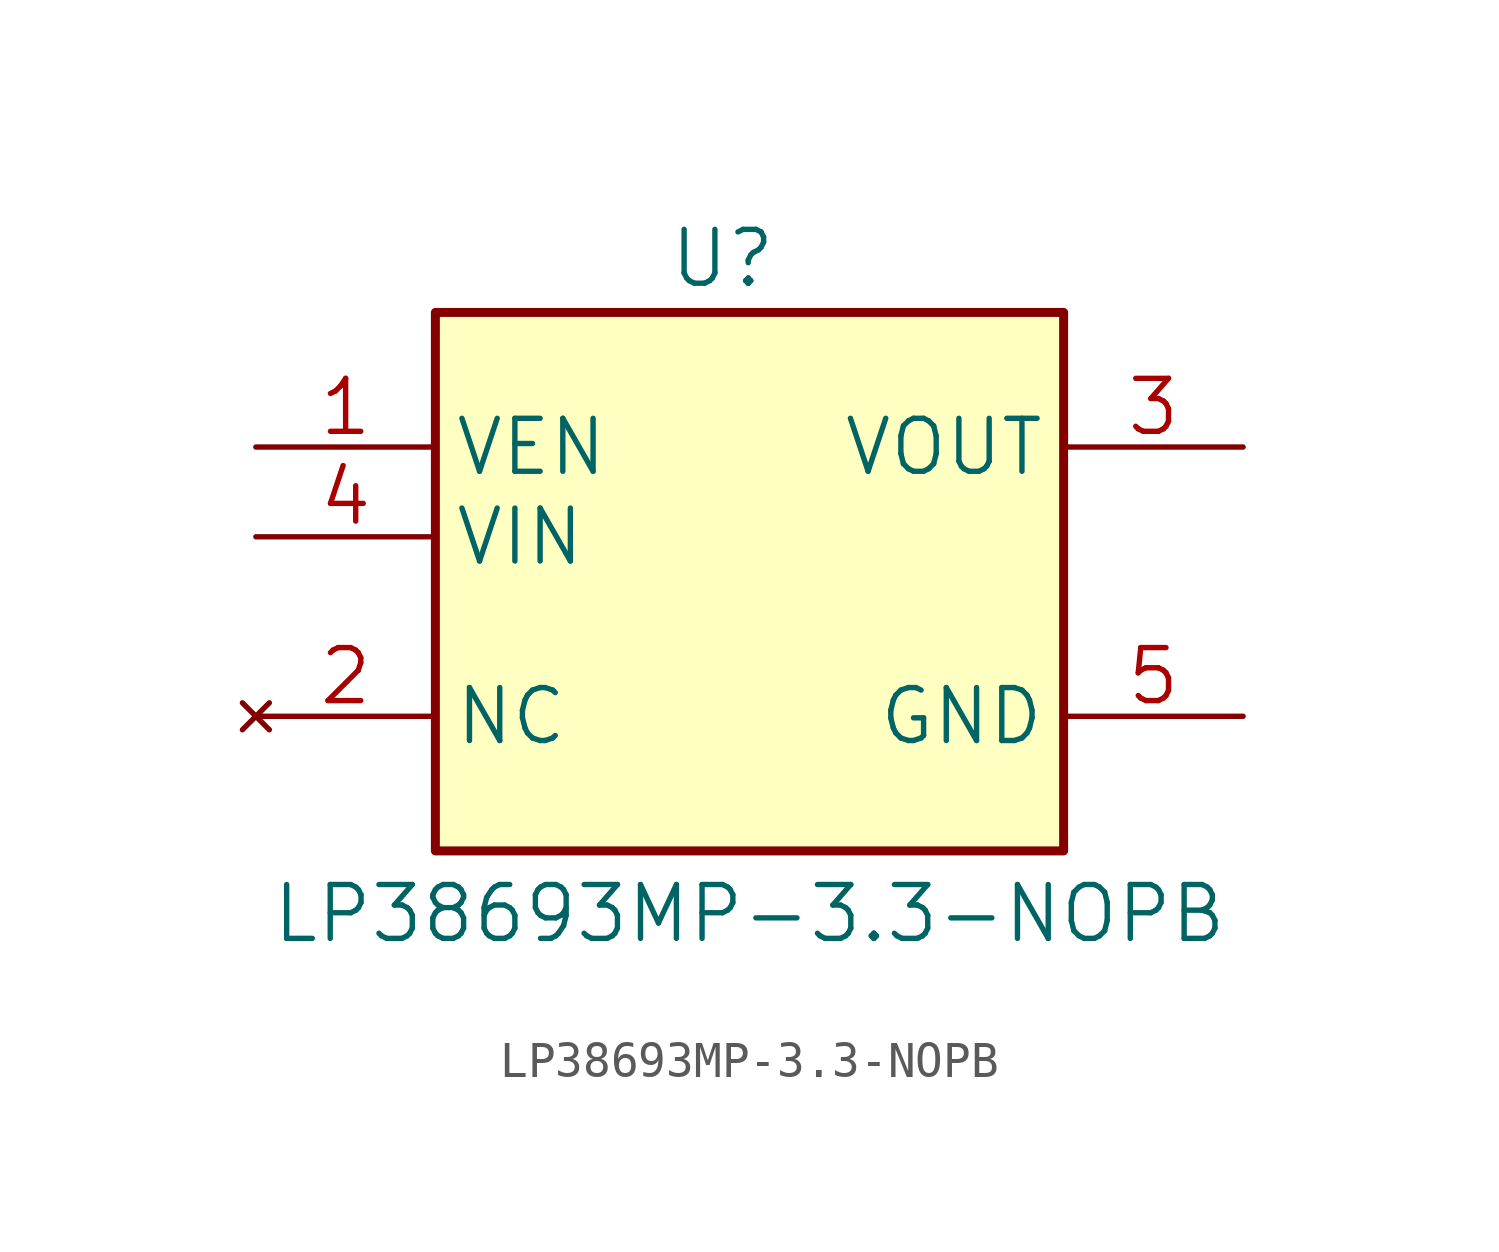
<source format=kicad_sym>
(kicad_symbol_lib
  (version 20231120)
  (generator "kicad_symbol_editor")
  (generator_version "8.0")
  (symbol "LP38693MP-3.3-NOPB"
    (property "Reference" "U"
      (at 18.288 6.604 0)
      (do_not_autoplace)
      (effects (font (size 1.524 1.524))))
    (property "Value" "LP38693MP-3.3-NOPB"
      (at 19.05 -11.938 0)
      (do_not_autoplace)
      (effects (font (size 1.524 1.524))))
    (symbol "LP38693MP-3.3-NOPB_0_1"
      (rectangle (start 10.16 5.08) (end 27.94 -10.16) (stroke (width 0.254) (type default)) (fill (type background))))
    (symbol "LP38693MP-3.3-NOPB_1_1"
      (pin passive line (at 5.08 1.27 0) (length 5.08) (name "VEN" (effects (font (size 1.499 1.499)))) (number "1" (effects (font (size 1.499 1.499)))))
      (pin no_connect line (at 5.08 -6.35 0) (length 5.08) (name "NC" (effects (font (size 1.499 1.499)))) (number "2" (effects (font (size 1.499 1.499)))))
      (pin output line (at 33.02 1.27 180) (length 5.08) (name "VOUT" (effects (font (size 1.499 1.499)))) (number "3" (effects (font (size 1.499 1.499)))))
      (pin input line (at 5.08 -1.27 0) (length 5.08) (name "VIN" (effects (font (size 1.499 1.499)))) (number "4" (effects (font (size 1.499 1.499)))))
      (pin passive line (at 33.02 -6.35 180) (length 5.08) (name "GND" (effects (font (size 1.499 1.499)))) (number "5" (effects (font (size 1.499 1.499))))))))
</source>
